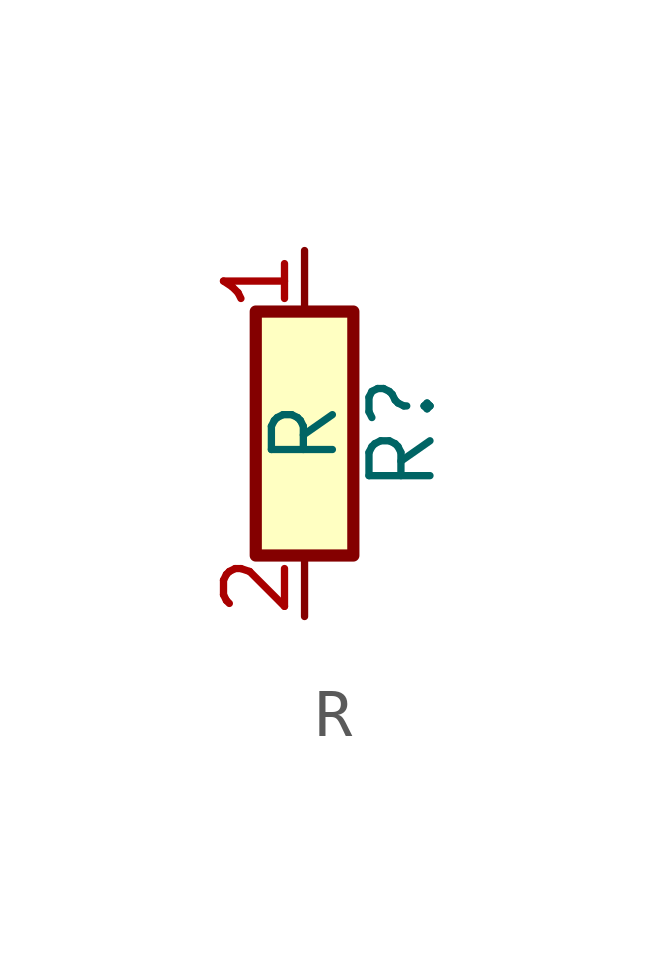
<source format=kicad_sym>
(kicad_symbol_lib
  (version 20231120)
  (generator "kicadsharp")
  (generator_version "1.0")
  (symbol "R"
    (pin_names
      (offset 0))
    (property "Reference" "R"
      (at 2.032 0 90)
      (effects (font (size 1.27 1.27))))
    (property "Value" "R"
      (at 0 0 90)
      (effects (font (size 1.27 1.27))))
    (symbol "R_0_1"
      (rectangle (start -1.016 -2.54) (end 1.016 2.54) (stroke (width 0.254) (type solid)) (fill (type background))))
    (symbol "R_1_1"
      (pin passive line (at 0 3.81 270) (length 1.27) (name "~" (effects (font (size 1.27 1.27)))) (number "1" (effects (font (size 1.27 1.27)))))
      (pin passive line (at 0 -3.81 90) (length 1.27) (name "~" (effects (font (size 1.27 1.27)))) (number "2" (effects (font (size 1.27 1.27))))))))
</source>
